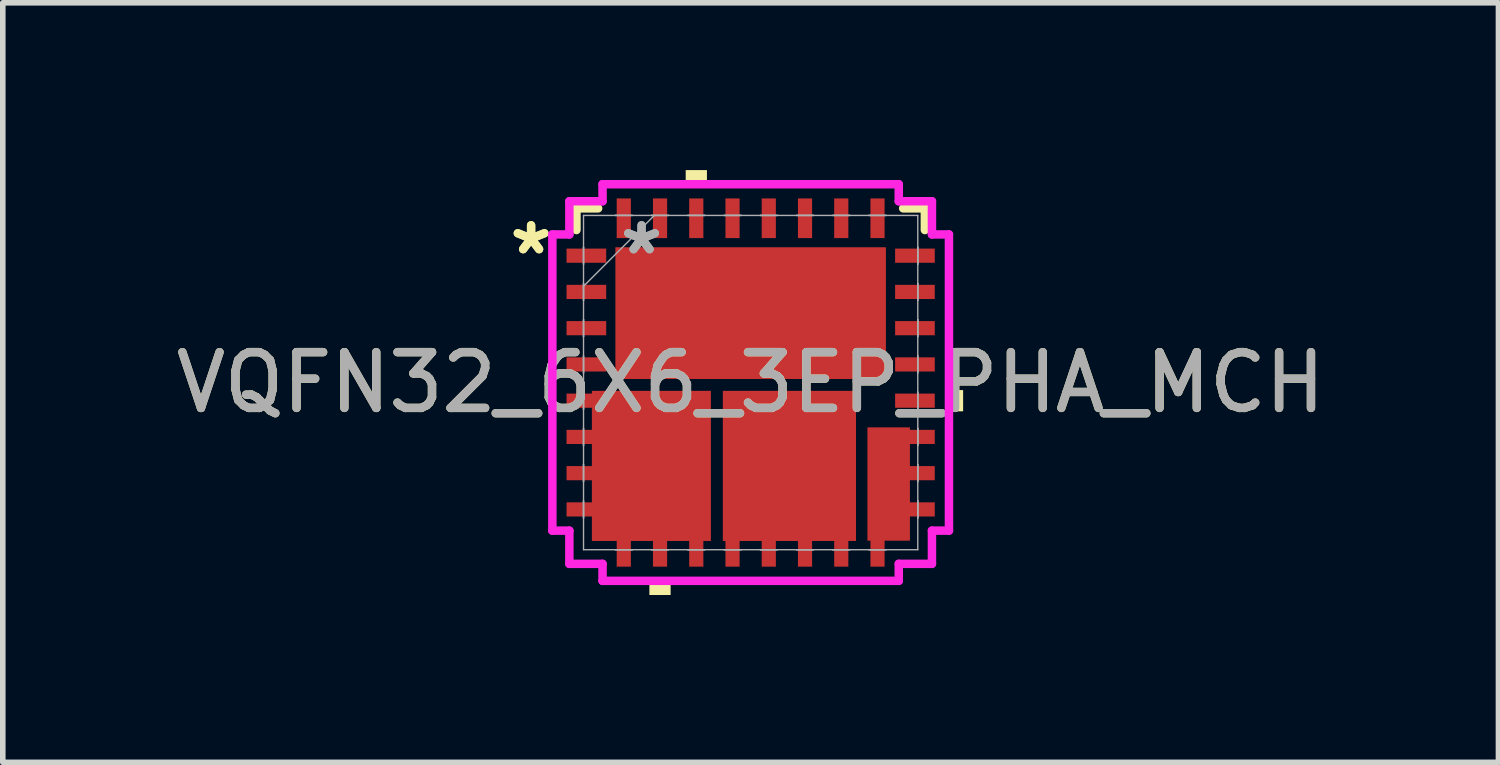
<source format=kicad_pcb>
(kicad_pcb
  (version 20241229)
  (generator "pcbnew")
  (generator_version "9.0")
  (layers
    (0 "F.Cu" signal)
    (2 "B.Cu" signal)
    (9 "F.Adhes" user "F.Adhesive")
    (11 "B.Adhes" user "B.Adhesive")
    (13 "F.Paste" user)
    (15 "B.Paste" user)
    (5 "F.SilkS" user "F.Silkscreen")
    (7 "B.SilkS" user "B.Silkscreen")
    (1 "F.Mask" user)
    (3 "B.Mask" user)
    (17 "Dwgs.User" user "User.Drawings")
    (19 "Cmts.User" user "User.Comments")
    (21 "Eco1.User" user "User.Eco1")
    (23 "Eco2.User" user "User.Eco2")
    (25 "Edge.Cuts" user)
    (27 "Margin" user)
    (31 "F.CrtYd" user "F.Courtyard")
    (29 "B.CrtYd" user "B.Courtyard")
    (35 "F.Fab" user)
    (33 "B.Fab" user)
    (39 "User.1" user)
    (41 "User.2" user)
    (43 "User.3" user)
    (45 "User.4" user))
  (footprint "VQFN32_6X6_3EP_PHA_MCH"
    (layer "F.Cu")
    (at 10.411 3.81)
    (property "Reference" "VQFN32_6X6_3EP_PHA_MCH" (at 0 0 0) (unlocked yes) (layer "F.SilkS") (effects (font (size 1 1) (thickness 0.15))))
    (attr smd)
    (fp_line (start -3.124 -3.124) (end -3.124 -2.735) (stroke (width 0.152) (type solid)) (layer "F.SilkS"))
    (fp_line (start -2.735 -3.124) (end -3.124 -3.124) (stroke (width 0.152) (type solid)) (layer "F.SilkS"))
    (fp_line (start 3.124 -3.124) (end 2.735 -3.124) (stroke (width 0.152) (type solid)) (layer "F.SilkS"))
    (fp_line (start 3.124 -2.735) (end 3.124 -3.124) (stroke (width 0.152) (type solid)) (layer "F.SilkS"))
    (fp_poly (pts (xy -1.816 3.556) (xy -1.816 3.81) (xy -1.435 3.81) (xy -1.435 3.556)) (stroke (width 0) (type solid)) (fill yes) (layer "F.SilkS"))
    (fp_poly (pts (xy -1.165 -3.556) (xy -1.165 -3.81) (xy -0.784 -3.81) (xy -0.784 -3.556)) (stroke (width 0) (type solid)) (fill yes) (layer "F.SilkS"))
    (fp_poly (pts (xy 3.81 0.135) (xy 3.81 0.516) (xy 3.556 0.516) (xy 3.556 0.135)) (stroke (width 0) (type solid)) (fill yes) (layer "F.SilkS"))
    (fp_line (start -3.556 -2.656) (end -3.251 -2.656) (stroke (width 0.152) (type solid)) (layer "F.CrtYd"))
    (fp_line (start -3.556 2.656) (end -3.556 -2.656) (stroke (width 0.152) (type solid)) (layer "F.CrtYd"))
    (fp_line (start -3.251 -3.251) (end -2.656 -3.251) (stroke (width 0.152) (type solid)) (layer "F.CrtYd"))
    (fp_line (start -3.251 -2.656) (end -3.251 -3.251) (stroke (width 0.152) (type solid)) (layer "F.CrtYd"))
    (fp_line (start -3.251 2.656) (end -3.556 2.656) (stroke (width 0.152) (type solid)) (layer "F.CrtYd"))
    (fp_line (start -3.251 3.251) (end -3.251 2.656) (stroke (width 0.152) (type solid)) (layer "F.CrtYd"))
    (fp_line (start -2.656 -3.556) (end 2.656 -3.556) (stroke (width 0.152) (type solid)) (layer "F.CrtYd"))
    (fp_line (start -2.656 -3.251) (end -2.656 -3.556) (stroke (width 0.152) (type solid)) (layer "F.CrtYd"))
    (fp_line (start -2.656 3.251) (end -3.251 3.251) (stroke (width 0.152) (type solid)) (layer "F.CrtYd"))
    (fp_line (start -2.656 3.556) (end -2.656 3.251) (stroke (width 0.152) (type solid)) (layer "F.CrtYd"))
    (fp_line (start 2.656 -3.556) (end 2.656 -3.251) (stroke (width 0.152) (type solid)) (layer "F.CrtYd"))
    (fp_line (start 2.656 -3.251) (end 3.251 -3.251) (stroke (width 0.152) (type solid)) (layer "F.CrtYd"))
    (fp_line (start 2.656 3.251) (end 2.656 3.556) (stroke (width 0.152) (type solid)) (layer "F.CrtYd"))
    (fp_line (start 2.656 3.556) (end -2.656 3.556) (stroke (width 0.152) (type solid)) (layer "F.CrtYd"))
    (fp_line (start 3.251 -3.251) (end 3.251 -2.656) (stroke (width 0.152) (type solid)) (layer "F.CrtYd"))
    (fp_line (start 3.251 -2.656) (end 3.556 -2.656) (stroke (width 0.152) (type solid)) (layer "F.CrtYd"))
    (fp_line (start 3.251 2.656) (end 3.251 3.251) (stroke (width 0.152) (type solid)) (layer "F.CrtYd"))
    (fp_line (start 3.251 3.251) (end 2.656 3.251) (stroke (width 0.152) (type solid)) (layer "F.CrtYd"))
    (fp_line (start 3.556 -2.656) (end 3.556 2.656) (stroke (width 0.152) (type solid)) (layer "F.CrtYd"))
    (fp_line (start 3.556 2.656) (end 3.251 2.656) (stroke (width 0.152) (type solid)) (layer "F.CrtYd"))
    (fp_line (start -2.997 -2.997) (end -2.997 2.997) (stroke (width 0.025) (type solid)) (layer "F.Fab"))
    (fp_line (start -2.997 -2.427) (end -2.997 -2.427) (stroke (width 0.025) (type solid)) (layer "F.Fab"))
    (fp_line (start -2.997 -2.427) (end -2.997 -2.123) (stroke (width 0.025) (type solid)) (layer "F.Fab"))
    (fp_line (start -2.997 -2.123) (end -2.997 -2.427) (stroke (width 0.025) (type solid)) (layer "F.Fab"))
    (fp_line (start -2.997 -2.123) (end -2.997 -2.123) (stroke (width 0.025) (type solid)) (layer "F.Fab"))
    (fp_line (start -2.997 -1.777) (end -2.997 -1.777) (stroke (width 0.025) (type solid)) (layer "F.Fab"))
    (fp_line (start -2.997 -1.777) (end -2.997 -1.473) (stroke (width 0.025) (type solid)) (layer "F.Fab"))
    (fp_line (start -2.997 -1.727) (end -1.727 -2.997) (stroke (width 0.025) (type solid)) (layer "F.Fab"))
    (fp_line (start -2.997 -1.473) (end -2.997 -1.777) (stroke (width 0.025) (type solid)) (layer "F.Fab"))
    (fp_line (start -2.997 -1.473) (end -2.997 -1.473) (stroke (width 0.025) (type solid)) (layer "F.Fab"))
    (fp_line (start -2.997 -1.127) (end -2.997 -1.127) (stroke (width 0.025) (type solid)) (layer "F.Fab"))
    (fp_line (start -2.997 -1.127) (end -2.997 -0.823) (stroke (width 0.025) (type solid)) (layer "F.Fab"))
    (fp_line (start -2.997 -0.823) (end -2.997 -1.127) (stroke (width 0.025) (type solid)) (layer "F.Fab"))
    (fp_line (start -2.997 -0.823) (end -2.997 -0.823) (stroke (width 0.025) (type solid)) (layer "F.Fab"))
    (fp_line (start -2.997 -0.477) (end -2.997 -0.477) (stroke (width 0.025) (type solid)) (layer "F.Fab"))
    (fp_line (start -2.997 -0.477) (end -2.997 -0.173) (stroke (width 0.025) (type solid)) (layer "F.Fab"))
    (fp_line (start -2.997 -0.173) (end -2.997 -0.477) (stroke (width 0.025) (type solid)) (layer "F.Fab"))
    (fp_line (start -2.997 -0.173) (end -2.997 -0.173) (stroke (width 0.025) (type solid)) (layer "F.Fab"))
    (fp_line (start -2.997 0.173) (end -2.997 0.173) (stroke (width 0.025) (type solid)) (layer "F.Fab"))
    (fp_line (start -2.997 0.173) (end -2.997 0.477) (stroke (width 0.025) (type solid)) (layer "F.Fab"))
    (fp_line (start -2.997 0.477) (end -2.997 0.173) (stroke (width 0.025) (type solid)) (layer "F.Fab"))
    (fp_line (start -2.997 0.477) (end -2.997 0.477) (stroke (width 0.025) (type solid)) (layer "F.Fab"))
    (fp_line (start -2.997 0.823) (end -2.997 0.823) (stroke (width 0.025) (type solid)) (layer "F.Fab"))
    (fp_line (start -2.997 0.823) (end -2.997 1.127) (stroke (width 0.025) (type solid)) (layer "F.Fab"))
    (fp_line (start -2.997 1.127) (end -2.997 0.823) (stroke (width 0.025) (type solid)) (layer "F.Fab"))
    (fp_line (start -2.997 1.127) (end -2.997 1.127) (stroke (width 0.025) (type solid)) (layer "F.Fab"))
    (fp_line (start -2.997 1.473) (end -2.997 1.473) (stroke (width 0.025) (type solid)) (layer "F.Fab"))
    (fp_line (start -2.997 1.473) (end -2.997 1.777) (stroke (width 0.025) (type solid)) (layer "F.Fab"))
    (fp_line (start -2.997 1.777) (end -2.997 1.473) (stroke (width 0.025) (type solid)) (layer "F.Fab"))
    (fp_line (start -2.997 1.777) (end -2.997 1.777) (stroke (width 0.025) (type solid)) (layer "F.Fab"))
    (fp_line (start -2.997 2.123) (end -2.997 2.123) (stroke (width 0.025) (type solid)) (layer "F.Fab"))
    (fp_line (start -2.997 2.123) (end -2.997 2.427) (stroke (width 0.025) (type solid)) (layer "F.Fab"))
    (fp_line (start -2.997 2.427) (end -2.997 2.123) (stroke (width 0.025) (type solid)) (layer "F.Fab"))
    (fp_line (start -2.997 2.427) (end -2.997 2.427) (stroke (width 0.025) (type solid)) (layer "F.Fab"))
    (fp_line (start -2.997 2.997) (end 2.997 2.997) (stroke (width 0.025) (type solid)) (layer "F.Fab"))
    (fp_line (start -2.427 -2.997) (end -2.427 -2.997) (stroke (width 0.025) (type solid)) (layer "F.Fab"))
    (fp_line (start -2.427 -2.997) (end -2.123 -2.997) (stroke (width 0.025) (type solid)) (layer "F.Fab"))
    (fp_line (start -2.427 2.997) (end -2.427 2.997) (stroke (width 0.025) (type solid)) (layer "F.Fab"))
    (fp_line (start -2.427 2.997) (end -2.123 2.997) (stroke (width 0.025) (type solid)) (layer "F.Fab"))
    (fp_line (start -2.123 -2.997) (end -2.427 -2.997) (stroke (width 0.025) (type solid)) (layer "F.Fab"))
    (fp_line (start -2.123 -2.997) (end -2.123 -2.997) (stroke (width 0.025) (type solid)) (layer "F.Fab"))
    (fp_line (start -2.123 2.997) (end -2.427 2.997) (stroke (width 0.025) (type solid)) (layer "F.Fab"))
    (fp_line (start -2.123 2.997) (end -2.123 2.997) (stroke (width 0.025) (type solid)) (layer "F.Fab"))
    (fp_line (start -1.777 -2.997) (end -1.777 -2.997) (stroke (width 0.025) (type solid)) (layer "F.Fab"))
    (fp_line (start -1.777 -2.997) (end -1.473 -2.997) (stroke (width 0.025) (type solid)) (layer "F.Fab"))
    (fp_line (start -1.777 2.997) (end -1.777 2.997) (stroke (width 0.025) (type solid)) (layer "F.Fab"))
    (fp_line (start -1.777 2.997) (end -1.473 2.997) (stroke (width 0.025) (type solid)) (layer "F.Fab"))
    (fp_line (start -1.473 -2.997) (end -1.777 -2.997) (stroke (width 0.025) (type solid)) (layer "F.Fab"))
    (fp_line (start -1.473 -2.997) (end -1.473 -2.997) (stroke (width 0.025) (type solid)) (layer "F.Fab"))
    (fp_line (start -1.473 2.997) (end -1.777 2.997) (stroke (width 0.025) (type solid)) (layer "F.Fab"))
    (fp_line (start -1.473 2.997) (end -1.473 2.997) (stroke (width 0.025) (type solid)) (layer "F.Fab"))
    (fp_line (start -1.127 -2.997) (end -1.127 -2.997) (stroke (width 0.025) (type solid)) (layer "F.Fab"))
    (fp_line (start -1.127 -2.997) (end -0.823 -2.997) (stroke (width 0.025) (type solid)) (layer "F.Fab"))
    (fp_line (start -1.127 2.997) (end -1.127 2.997) (stroke (width 0.025) (type solid)) (layer "F.Fab"))
    (fp_line (start -1.127 2.997) (end -0.823 2.997) (stroke (width 0.025) (type solid)) (layer "F.Fab"))
    (fp_line (start -0.823 -2.997) (end -1.127 -2.997) (stroke (width 0.025) (type solid)) (layer "F.Fab"))
    (fp_line (start -0.823 -2.997) (end -0.823 -2.997) (stroke (width 0.025) (type solid)) (layer "F.Fab"))
    (fp_line (start -0.823 2.997) (end -1.127 2.997) (stroke (width 0.025) (type solid)) (layer "F.Fab"))
    (fp_line (start -0.823 2.997) (end -0.823 2.997) (stroke (width 0.025) (type solid)) (layer "F.Fab"))
    (fp_line (start -0.477 -2.997) (end -0.477 -2.997) (stroke (width 0.025) (type solid)) (layer "F.Fab"))
    (fp_line (start -0.477 -2.997) (end -0.173 -2.997) (stroke (width 0.025) (type solid)) (layer "F.Fab"))
    (fp_line (start -0.477 2.997) (end -0.477 2.997) (stroke (width 0.025) (type solid)) (layer "F.Fab"))
    (fp_line (start -0.477 2.997) (end -0.173 2.997) (stroke (width 0.025) (type solid)) (layer "F.Fab"))
    (fp_line (start -0.173 -2.997) (end -0.477 -2.997) (stroke (width 0.025) (type solid)) (layer "F.Fab"))
    (fp_line (start -0.173 -2.997) (end -0.173 -2.997) (stroke (width 0.025) (type solid)) (layer "F.Fab"))
    (fp_line (start -0.173 2.997) (end -0.477 2.997) (stroke (width 0.025) (type solid)) (layer "F.Fab"))
    (fp_line (start -0.173 2.997) (end -0.173 2.997) (stroke (width 0.025) (type solid)) (layer "F.Fab"))
    (fp_line (start 0.173 -2.997) (end 0.173 -2.997) (stroke (width 0.025) (type solid)) (layer "F.Fab"))
    (fp_line (start 0.173 -2.997) (end 0.477 -2.997) (stroke (width 0.025) (type solid)) (layer "F.Fab"))
    (fp_line (start 0.173 2.997) (end 0.173 2.997) (stroke (width 0.025) (type solid)) (layer "F.Fab"))
    (fp_line (start 0.173 2.997) (end 0.477 2.997) (stroke (width 0.025) (type solid)) (layer "F.Fab"))
    (fp_line (start 0.477 -2.997) (end 0.173 -2.997) (stroke (width 0.025) (type solid)) (layer "F.Fab"))
    (fp_line (start 0.477 -2.997) (end 0.477 -2.997) (stroke (width 0.025) (type solid)) (layer "F.Fab"))
    (fp_line (start 0.477 2.997) (end 0.173 2.997) (stroke (width 0.025) (type solid)) (layer "F.Fab"))
    (fp_line (start 0.477 2.997) (end 0.477 2.997) (stroke (width 0.025) (type solid)) (layer "F.Fab"))
    (fp_line (start 0.823 -2.997) (end 0.823 -2.997) (stroke (width 0.025) (type solid)) (layer "F.Fab"))
    (fp_line (start 0.823 -2.997) (end 1.127 -2.997) (stroke (width 0.025) (type solid)) (layer "F.Fab"))
    (fp_line (start 0.823 2.997) (end 0.823 2.997) (stroke (width 0.025) (type solid)) (layer "F.Fab"))
    (fp_line (start 0.823 2.997) (end 1.127 2.997) (stroke (width 0.025) (type solid)) (layer "F.Fab"))
    (fp_line (start 1.127 -2.997) (end 0.823 -2.997) (stroke (width 0.025) (type solid)) (layer "F.Fab"))
    (fp_line (start 1.127 -2.997) (end 1.127 -2.997) (stroke (width 0.025) (type solid)) (layer "F.Fab"))
    (fp_line (start 1.127 2.997) (end 0.823 2.997) (stroke (width 0.025) (type solid)) (layer "F.Fab"))
    (fp_line (start 1.127 2.997) (end 1.127 2.997) (stroke (width 0.025) (type solid)) (layer "F.Fab"))
    (fp_line (start 1.473 -2.997) (end 1.473 -2.997) (stroke (width 0.025) (type solid)) (layer "F.Fab"))
    (fp_line (start 1.473 -2.997) (end 1.777 -2.997) (stroke (width 0.025) (type solid)) (layer "F.Fab"))
    (fp_line (start 1.473 2.997) (end 1.473 2.997) (stroke (width 0.025) (type solid)) (layer "F.Fab"))
    (fp_line (start 1.473 2.997) (end 1.777 2.997) (stroke (width 0.025) (type solid)) (layer "F.Fab"))
    (fp_line (start 1.777 -2.997) (end 1.473 -2.997) (stroke (width 0.025) (type solid)) (layer "F.Fab"))
    (fp_line (start 1.777 -2.997) (end 1.777 -2.997) (stroke (width 0.025) (type solid)) (layer "F.Fab"))
    (fp_line (start 1.777 2.997) (end 1.473 2.997) (stroke (width 0.025) (type solid)) (layer "F.Fab"))
    (fp_line (start 1.777 2.997) (end 1.777 2.997) (stroke (width 0.025) (type solid)) (layer "F.Fab"))
    (fp_line (start 2.123 -2.997) (end 2.123 -2.997) (stroke (width 0.025) (type solid)) (layer "F.Fab"))
    (fp_line (start 2.123 -2.997) (end 2.427 -2.997) (stroke (width 0.025) (type solid)) (layer "F.Fab"))
    (fp_line (start 2.123 2.997) (end 2.123 2.997) (stroke (width 0.025) (type solid)) (layer "F.Fab"))
    (fp_line (start 2.123 2.997) (end 2.427 2.997) (stroke (width 0.025) (type solid)) (layer "F.Fab"))
    (fp_line (start 2.427 -2.997) (end 2.123 -2.997) (stroke (width 0.025) (type solid)) (layer "F.Fab"))
    (fp_line (start 2.427 -2.997) (end 2.427 -2.997) (stroke (width 0.025) (type solid)) (layer "F.Fab"))
    (fp_line (start 2.427 2.997) (end 2.123 2.997) (stroke (width 0.025) (type solid)) (layer "F.Fab"))
    (fp_line (start 2.427 2.997) (end 2.427 2.997) (stroke (width 0.025) (type solid)) (layer "F.Fab"))
    (fp_line (start 2.997 -2.997) (end -2.997 -2.997) (stroke (width 0.025) (type solid)) (layer "F.Fab"))
    (fp_line (start 2.997 -2.427) (end 2.997 -2.427) (stroke (width 0.025) (type solid)) (layer "F.Fab"))
    (fp_line (start 2.997 -2.427) (end 2.997 -2.123) (stroke (width 0.025) (type solid)) (layer "F.Fab"))
    (fp_line (start 2.997 -2.123) (end 2.997 -2.427) (stroke (width 0.025) (type solid)) (layer "F.Fab"))
    (fp_line (start 2.997 -2.123) (end 2.997 -2.123) (stroke (width 0.025) (type solid)) (layer "F.Fab"))
    (fp_line (start 2.997 -1.777) (end 2.997 -1.777) (stroke (width 0.025) (type solid)) (layer "F.Fab"))
    (fp_line (start 2.997 -1.777) (end 2.997 -1.473) (stroke (width 0.025) (type solid)) (layer "F.Fab"))
    (fp_line (start 2.997 -1.473) (end 2.997 -1.777) (stroke (width 0.025) (type solid)) (layer "F.Fab"))
    (fp_line (start 2.997 -1.473) (end 2.997 -1.473) (stroke (width 0.025) (type solid)) (layer "F.Fab"))
    (fp_line (start 2.997 -1.127) (end 2.997 -1.127) (stroke (width 0.025) (type solid)) (layer "F.Fab"))
    (fp_line (start 2.997 -1.127) (end 2.997 -0.823) (stroke (width 0.025) (type solid)) (layer "F.Fab"))
    (fp_line (start 2.997 -0.823) (end 2.997 -1.127) (stroke (width 0.025) (type solid)) (layer "F.Fab"))
    (fp_line (start 2.997 -0.823) (end 2.997 -0.823) (stroke (width 0.025) (type solid)) (layer "F.Fab"))
    (fp_line (start 2.997 -0.477) (end 2.997 -0.477) (stroke (width 0.025) (type solid)) (layer "F.Fab"))
    (fp_line (start 2.997 -0.477) (end 2.997 -0.173) (stroke (width 0.025) (type solid)) (layer "F.Fab"))
    (fp_line (start 2.997 -0.173) (end 2.997 -0.477) (stroke (width 0.025) (type solid)) (layer "F.Fab"))
    (fp_line (start 2.997 -0.173) (end 2.997 -0.173) (stroke (width 0.025) (type solid)) (layer "F.Fab"))
    (fp_line (start 2.997 0.173) (end 2.997 0.173) (stroke (width 0.025) (type solid)) (layer "F.Fab"))
    (fp_line (start 2.997 0.173) (end 2.997 0.477) (stroke (width 0.025) (type solid)) (layer "F.Fab"))
    (fp_line (start 2.997 0.477) (end 2.997 0.173) (stroke (width 0.025) (type solid)) (layer "F.Fab"))
    (fp_line (start 2.997 0.477) (end 2.997 0.477) (stroke (width 0.025) (type solid)) (layer "F.Fab"))
    (fp_line (start 2.997 0.823) (end 2.997 0.823) (stroke (width 0.025) (type solid)) (layer "F.Fab"))
    (fp_line (start 2.997 0.823) (end 2.997 1.127) (stroke (width 0.025) (type solid)) (layer "F.Fab"))
    (fp_line (start 2.997 1.127) (end 2.997 0.823) (stroke (width 0.025) (type solid)) (layer "F.Fab"))
    (fp_line (start 2.997 1.127) (end 2.997 1.127) (stroke (width 0.025) (type solid)) (layer "F.Fab"))
    (fp_line (start 2.997 1.473) (end 2.997 1.473) (stroke (width 0.025) (type solid)) (layer "F.Fab"))
    (fp_line (start 2.997 1.473) (end 2.997 1.777) (stroke (width 0.025) (type solid)) (layer "F.Fab"))
    (fp_line (start 2.997 1.777) (end 2.997 1.473) (stroke (width 0.025) (type solid)) (layer "F.Fab"))
    (fp_line (start 2.997 1.777) (end 2.997 1.777) (stroke (width 0.025) (type solid)) (layer "F.Fab"))
    (fp_line (start 2.997 2.123) (end 2.997 2.123) (stroke (width 0.025) (type solid)) (layer "F.Fab"))
    (fp_line (start 2.997 2.123) (end 2.997 2.427) (stroke (width 0.025) (type solid)) (layer "F.Fab"))
    (fp_line (start 2.997 2.427) (end 2.997 2.123) (stroke (width 0.025) (type solid)) (layer "F.Fab"))
    (fp_line (start 2.997 2.427) (end 2.997 2.427) (stroke (width 0.025) (type solid)) (layer "F.Fab"))
    (fp_line (start 2.997 2.997) (end 2.997 -2.997) (stroke (width 0.025) (type solid)) (layer "F.Fab"))
    (fp_text user "*" (at -3.937 -2.275 0) (unlocked yes) (layer "F.SilkS") (effects (font (size 1 1) (thickness 0.15))))
    (fp_text user "*" (at -3.937 -2.275 0) (layer "F.SilkS") (effects (font (size 1 1) (thickness 0.15))))
    (fp_text user "*" (at -1.956 -2.275 0) (layer "F.Fab") (effects (font (size 1 1) (thickness 0.15))))
    (fp_text user "*" (at -1.956 -2.275 0) (unlocked yes) (layer "F.Fab") (effects (font (size 1 1) (thickness 0.15))))
    (fp_text user "${REFERENCE}" (at 0 0 0) (unlocked yes) (layer "F.Fab") (effects (font (size 1 1) (thickness 0.15))))
    (pad "1" smd rect (at -2.946 -2.275 90) (size 0.254 0.711) (layers "F.Cu" "F.Mask" "F.Paste"))
    (pad "2" smd rect (at -2.946 -1.625 90) (size 0.254 0.711) (layers "F.Cu" "F.Mask" "F.Paste"))
    (pad "3" smd rect (at -2.946 -0.975 90) (size 0.254 0.711) (layers "F.Cu" "F.Mask" "F.Paste"))
    (pad "4" smd rect (at -2.946 -0.325 90) (size 0.254 0.711) (layers "F.Cu" "F.Mask" "F.Paste"))
    (pad "5" smd rect (at -2.946 0.325 90) (size 0.254 0.711) (layers "F.Cu" "F.Mask" "F.Paste"))
    (pad "6" smd rect (at -2.946 0.975 90) (size 0.254 0.711) (layers "F.Cu" "F.Mask" "F.Paste"))
    (pad "7" smd rect (at -2.946 1.625 90) (size 0.254 0.711) (layers "F.Cu" "F.Mask" "F.Paste"))
    (pad "8" smd rect (at -2.946 2.275 90) (size 0.254 0.711) (layers "F.Cu" "F.Mask" "F.Paste"))
    (pad "9" smd rect (at -2.275 2.946) (size 0.254 0.711) (layers "F.Cu" "F.Mask" "F.Paste"))
    (pad "10" smd rect (at -1.625 2.946) (size 0.254 0.711) (layers "F.Cu" "F.Mask" "F.Paste"))
    (pad "11" smd rect (at -0.975 2.946) (size 0.254 0.711) (layers "F.Cu" "F.Mask" "F.Paste"))
    (pad "12" smd rect (at -0.325 2.946) (size 0.254 0.711) (layers "F.Cu" "F.Mask" "F.Paste"))
    (pad "13" smd rect (at 0.325 2.946) (size 0.254 0.711) (layers "F.Cu" "F.Mask" "F.Paste"))
    (pad "14" smd rect (at 0.975 2.946) (size 0.254 0.711) (layers "F.Cu" "F.Mask" "F.Paste"))
    (pad "15" smd rect (at 1.625 2.946) (size 0.254 0.711) (layers "F.Cu" "F.Mask" "F.Paste"))
    (pad "16" smd rect (at 2.275 2.946) (size 0.254 0.711) (layers "F.Cu" "F.Mask" "F.Paste"))
    (pad "17" smd rect (at 2.946 2.275 90) (size 0.254 0.711) (layers "F.Cu" "F.Mask" "F.Paste"))
    (pad "18" smd rect (at 2.946 1.625 90) (size 0.254 0.711) (layers "F.Cu" "F.Mask" "F.Paste"))
    (pad "19" smd rect (at 2.946 0.975 90) (size 0.254 0.711) (layers "F.Cu" "F.Mask" "F.Paste"))
    (pad "20" smd rect (at 2.946 0.325 90) (size 0.254 0.711) (layers "F.Cu" "F.Mask" "F.Paste"))
    (pad "21" smd rect (at 2.946 -0.325 90) (size 0.254 0.711) (layers "F.Cu" "F.Mask" "F.Paste"))
    (pad "22" smd rect (at 2.946 -0.975 90) (size 0.254 0.711) (layers "F.Cu" "F.Mask" "F.Paste"))
    (pad "23" smd rect (at 2.946 -1.625 90) (size 0.254 0.711) (layers "F.Cu" "F.Mask" "F.Paste"))
    (pad "24" smd rect (at 2.946 -2.275 90) (size 0.254 0.711) (layers "F.Cu" "F.Mask" "F.Paste"))
    (pad "25" smd rect (at 2.275 -2.946) (size 0.254 0.711) (layers "F.Cu" "F.Mask" "F.Paste"))
    (pad "26" smd rect (at 1.625 -2.946) (size 0.254 0.711) (layers "F.Cu" "F.Mask" "F.Paste"))
    (pad "27" smd rect (at 0.975 -2.946) (size 0.254 0.711) (layers "F.Cu" "F.Mask" "F.Paste"))
    (pad "28" smd rect (at 0.325 -2.946) (size 0.254 0.711) (layers "F.Cu" "F.Mask" "F.Paste"))
    (pad "29" smd rect (at -0.325 -2.946) (size 0.254 0.711) (layers "F.Cu" "F.Mask" "F.Paste"))
    (pad "30" smd rect (at -0.975 -2.946) (size 0.254 0.711) (layers "F.Cu" "F.Mask" "F.Paste"))
    (pad "31" smd rect (at -1.625 -2.946) (size 0.254 0.711) (layers "F.Cu" "F.Mask" "F.Paste"))
    (pad "32" smd rect (at -2.275 -2.946) (size 0.254 0.711) (layers "F.Cu" "F.Mask" "F.Paste"))
    (pad "33" smd rect (at 0 -1.245) (size 4.851 2.362) (layers "F.Cu" "F.Mask" "F.Paste"))
    (pad "EP5" smd rect (at -1.78 1.495) (size 2.134 2.692) (layers "F.Cu" "F.Mask" "F.Paste"))
    (pad "EP12" smd rect (at 0.695 1.495) (size 2.388 2.692) (layers "F.Cu" "F.Mask" "F.Paste"))
    (pad "EP19" smd rect (at 2.475 1.82) (size 0.762 2.032) (layers "F.Cu" "F.Mask" "F.Paste")))
  (gr_rect
    (start -3 -3)
    (end 23.821 10.62)
    (stroke (width 0.1) (type default))
    (fill no)
    (layer "Edge.Cuts")))
</source>
